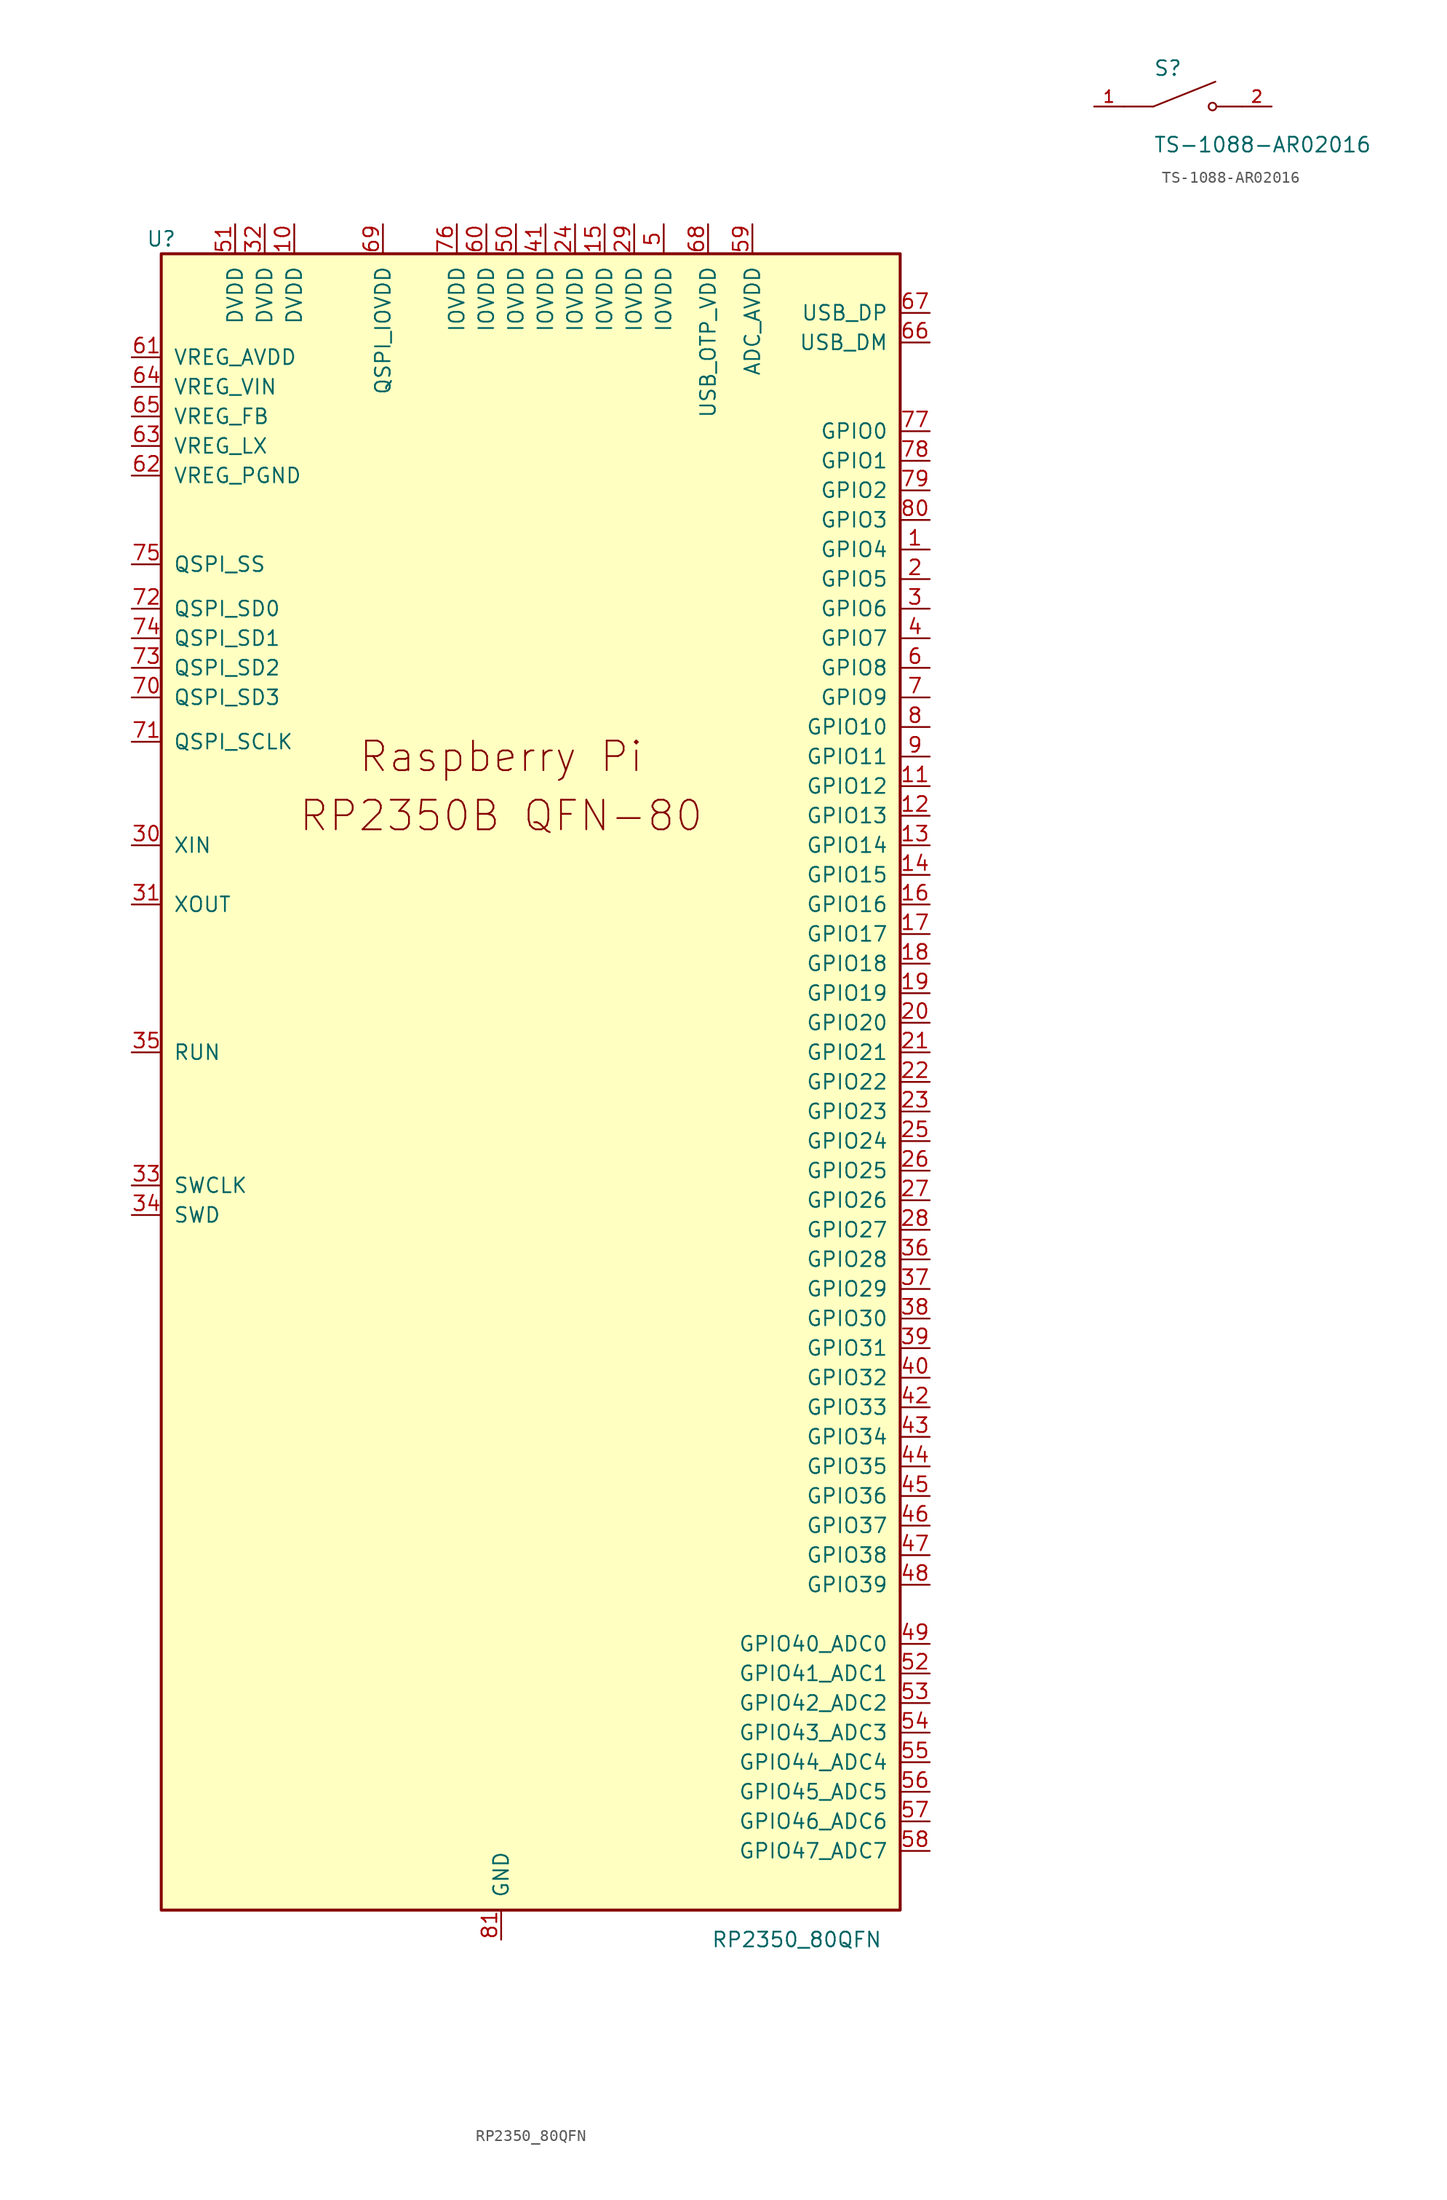
<source format=kicad_sym>
(kicad_symbol_lib
  (version 20241209)
  (generator "kicad_symbol_editor")
  (generator_version "9.0")
  (symbol "RP2350_80QFN"
    (pin_names
      (offset 1.016))
    (property "Reference" "U"
      (at -29.21 49.53 0)
      (effects (font (size 1.27 1.27))))
    (property "Value" "RP2350_80QFN"
      (at 25.4 -96.52 0)
      (effects (font (size 1.27 1.27))))
    (symbol "RP2350_80QFN_0_0"
      (text "Raspberry Pi" (at 0 5.08 0) (effects (font (size 2.54 2.54)))))
    (symbol "RP2350_80QFN_0_1"
      (rectangle (start -29.21 48.26) (end 34.29 -93.98) (stroke (width 0.254) (type default)) (fill (type background))))
    (symbol "RP2350_80QFN_1_0"
      (text "RP2350B QFN-80" (at 0 0 0) (effects (font (size 2.54 2.54)))))
    (symbol "RP2350_80QFN_1_1"
      (pin power_in line (at -31.75 39.37 0) (length 2.54) (name "VREG_AVDD" (effects (font (size 1.27 1.27)))) (number "61" (effects (font (size 1.27 1.27)))))
      (pin power_in line (at -31.75 36.83 0) (length 2.54) (name "VREG_VIN" (effects (font (size 1.27 1.27)))) (number "64" (effects (font (size 1.27 1.27)))))
      (pin input line (at -31.75 34.29 0) (length 2.54) (name "VREG_FB" (effects (font (size 1.27 1.27)))) (number "65" (effects (font (size 1.27 1.27)))))
      (pin power_out line (at -31.75 31.75 0) (length 2.54) (name "VREG_LX" (effects (font (size 1.27 1.27)))) (number "63" (effects (font (size 1.27 1.27)))))
      (pin power_in line (at -31.75 29.21 0) (length 2.54) (name "VREG_PGND" (effects (font (size 1.27 1.27)))) (number "62" (effects (font (size 1.27 1.27)))))
      (pin bidirectional line (at -31.75 21.59 0) (length 2.54) (name "QSPI_SS" (effects (font (size 1.27 1.27)))) (number "75" (effects (font (size 1.27 1.27)))))
      (pin bidirectional line (at -31.75 17.78 0) (length 2.54) (name "QSPI_SD0" (effects (font (size 1.27 1.27)))) (number "72" (effects (font (size 1.27 1.27)))))
      (pin bidirectional line (at -31.75 15.24 0) (length 2.54) (name "QSPI_SD1" (effects (font (size 1.27 1.27)))) (number "74" (effects (font (size 1.27 1.27)))))
      (pin bidirectional line (at -31.75 12.7 0) (length 2.54) (name "QSPI_SD2" (effects (font (size 1.27 1.27)))) (number "73" (effects (font (size 1.27 1.27)))))
      (pin bidirectional line (at -31.75 10.16 0) (length 2.54) (name "QSPI_SD3" (effects (font (size 1.27 1.27)))) (number "70" (effects (font (size 1.27 1.27)))))
      (pin output line (at -31.75 6.35 0) (length 2.54) (name "QSPI_SCLK" (effects (font (size 1.27 1.27)))) (number "71" (effects (font (size 1.27 1.27)))))
      (pin input line (at -31.75 -2.54 0) (length 2.54) (name "XIN" (effects (font (size 1.27 1.27)))) (number "30" (effects (font (size 1.27 1.27)))))
      (pin passive line (at -31.75 -7.62 0) (length 2.54) (name "XOUT" (effects (font (size 1.27 1.27)))) (number "31" (effects (font (size 1.27 1.27)))))
      (pin input line (at -31.75 -20.32 0) (length 2.54) (name "RUN" (effects (font (size 1.27 1.27)))) (number "35" (effects (font (size 1.27 1.27)))))
      (pin output line (at -31.75 -31.75 0) (length 2.54) (name "SWCLK" (effects (font (size 1.27 1.27)))) (number "33" (effects (font (size 1.27 1.27)))))
      (pin bidirectional line (at -31.75 -34.29 0) (length 2.54) (name "SWD" (effects (font (size 1.27 1.27)))) (number "34" (effects (font (size 1.27 1.27)))))
      (pin power_in line (at -22.86 50.8 270) (length 2.54) (name "DVDD" (effects (font (size 1.27 1.27)))) (number "51" (effects (font (size 1.27 1.27)))))
      (pin power_in line (at -20.32 50.8 270) (length 2.54) (name "DVDD" (effects (font (size 1.27 1.27)))) (number "32" (effects (font (size 1.27 1.27)))))
      (pin power_in line (at -17.78 50.8 270) (length 2.54) (name "DVDD" (effects (font (size 1.27 1.27)))) (number "10" (effects (font (size 1.27 1.27)))))
      (pin power_in line (at -10.16 50.8 270) (length 2.54) (name "QSPI_IOVDD" (effects (font (size 1.27 1.27)))) (number "69" (effects (font (size 1.27 1.27)))))
      (pin power_in line (at -3.81 50.8 270) (length 2.54) (name "IOVDD" (effects (font (size 1.27 1.27)))) (number "76" (effects (font (size 1.27 1.27)))))
      (pin power_in line (at -1.27 50.8 270) (length 2.54) (name "IOVDD" (effects (font (size 1.27 1.27)))) (number "60" (effects (font (size 1.27 1.27)))))
      (pin power_in line (at 0 -96.52 90) (length 2.54) (name "GND" (effects (font (size 1.27 1.27)))) (number "81" (effects (font (size 1.27 1.27)))))
      (pin power_in line (at 1.27 50.8 270) (length 2.54) (name "IOVDD" (effects (font (size 1.27 1.27)))) (number "50" (effects (font (size 1.27 1.27)))))
      (pin power_in line (at 3.81 50.8 270) (length 2.54) (name "IOVDD" (effects (font (size 1.27 1.27)))) (number "41" (effects (font (size 1.27 1.27)))))
      (pin power_in line (at 6.35 50.8 270) (length 2.54) (name "IOVDD" (effects (font (size 1.27 1.27)))) (number "24" (effects (font (size 1.27 1.27)))))
      (pin power_in line (at 8.89 50.8 270) (length 2.54) (name "IOVDD" (effects (font (size 1.27 1.27)))) (number "15" (effects (font (size 1.27 1.27)))))
      (pin power_in line (at 11.43 50.8 270) (length 2.54) (name "IOVDD" (effects (font (size 1.27 1.27)))) (number "29" (effects (font (size 1.27 1.27)))))
      (pin power_in line (at 13.97 50.8 270) (length 2.54) (name "IOVDD" (effects (font (size 1.27 1.27)))) (number "5" (effects (font (size 1.27 1.27)))))
      (pin power_in line (at 17.78 50.8 270) (length 2.54) (name "USB_OTP_VDD" (effects (font (size 1.27 1.27)))) (number "68" (effects (font (size 1.27 1.27)))))
      (pin power_in line (at 21.59 50.8 270) (length 2.54) (name "ADC_AVDD" (effects (font (size 1.27 1.27)))) (number "59" (effects (font (size 1.27 1.27)))))
      (pin bidirectional line (at 36.83 43.18 180) (length 2.54) (name "USB_DP" (effects (font (size 1.27 1.27)))) (number "67" (effects (font (size 1.27 1.27)))))
      (pin bidirectional line (at 36.83 40.64 180) (length 2.54) (name "USB_DM" (effects (font (size 1.27 1.27)))) (number "66" (effects (font (size 1.27 1.27)))))
      (pin bidirectional line (at 36.83 33.02 180) (length 2.54) (name "GPIO0" (effects (font (size 1.27 1.27)))) (number "77" (effects (font (size 1.27 1.27)))))
      (pin bidirectional line (at 36.83 30.48 180) (length 2.54) (name "GPIO1" (effects (font (size 1.27 1.27)))) (number "78" (effects (font (size 1.27 1.27)))))
      (pin bidirectional line (at 36.83 27.94 180) (length 2.54) (name "GPIO2" (effects (font (size 1.27 1.27)))) (number "79" (effects (font (size 1.27 1.27)))))
      (pin bidirectional line (at 36.83 25.4 180) (length 2.54) (name "GPIO3" (effects (font (size 1.27 1.27)))) (number "80" (effects (font (size 1.27 1.27)))))
      (pin bidirectional line (at 36.83 22.86 180) (length 2.54) (name "GPIO4" (effects (font (size 1.27 1.27)))) (number "1" (effects (font (size 1.27 1.27)))))
      (pin bidirectional line (at 36.83 20.32 180) (length 2.54) (name "GPIO5" (effects (font (size 1.27 1.27)))) (number "2" (effects (font (size 1.27 1.27)))))
      (pin bidirectional line (at 36.83 17.78 180) (length 2.54) (name "GPIO6" (effects (font (size 1.27 1.27)))) (number "3" (effects (font (size 1.27 1.27)))))
      (pin bidirectional line (at 36.83 15.24 180) (length 2.54) (name "GPIO7" (effects (font (size 1.27 1.27)))) (number "4" (effects (font (size 1.27 1.27)))))
      (pin bidirectional line (at 36.83 12.7 180) (length 2.54) (name "GPIO8" (effects (font (size 1.27 1.27)))) (number "6" (effects (font (size 1.27 1.27)))))
      (pin bidirectional line (at 36.83 10.16 180) (length 2.54) (name "GPIO9" (effects (font (size 1.27 1.27)))) (number "7" (effects (font (size 1.27 1.27)))))
      (pin bidirectional line (at 36.83 7.62 180) (length 2.54) (name "GPIO10" (effects (font (size 1.27 1.27)))) (number "8" (effects (font (size 1.27 1.27)))))
      (pin bidirectional line (at 36.83 5.08 180) (length 2.54) (name "GPIO11" (effects (font (size 1.27 1.27)))) (number "9" (effects (font (size 1.27 1.27)))))
      (pin bidirectional line (at 36.83 2.54 180) (length 2.54) (name "GPIO12" (effects (font (size 1.27 1.27)))) (number "11" (effects (font (size 1.27 1.27)))))
      (pin bidirectional line (at 36.83 0 180) (length 2.54) (name "GPIO13" (effects (font (size 1.27 1.27)))) (number "12" (effects (font (size 1.27 1.27)))))
      (pin bidirectional line (at 36.83 -2.54 180) (length 2.54) (name "GPIO14" (effects (font (size 1.27 1.27)))) (number "13" (effects (font (size 1.27 1.27)))))
      (pin bidirectional line (at 36.83 -5.08 180) (length 2.54) (name "GPIO15" (effects (font (size 1.27 1.27)))) (number "14" (effects (font (size 1.27 1.27)))))
      (pin bidirectional line (at 36.83 -7.62 180) (length 2.54) (name "GPIO16" (effects (font (size 1.27 1.27)))) (number "16" (effects (font (size 1.27 1.27)))))
      (pin bidirectional line (at 36.83 -10.16 180) (length 2.54) (name "GPIO17" (effects (font (size 1.27 1.27)))) (number "17" (effects (font (size 1.27 1.27)))))
      (pin bidirectional line (at 36.83 -12.7 180) (length 2.54) (name "GPIO18" (effects (font (size 1.27 1.27)))) (number "18" (effects (font (size 1.27 1.27)))))
      (pin bidirectional line (at 36.83 -15.24 180) (length 2.54) (name "GPIO19" (effects (font (size 1.27 1.27)))) (number "19" (effects (font (size 1.27 1.27)))))
      (pin bidirectional line (at 36.83 -17.78 180) (length 2.54) (name "GPIO20" (effects (font (size 1.27 1.27)))) (number "20" (effects (font (size 1.27 1.27)))))
      (pin bidirectional line (at 36.83 -20.32 180) (length 2.54) (name "GPIO21" (effects (font (size 1.27 1.27)))) (number "21" (effects (font (size 1.27 1.27)))))
      (pin bidirectional line (at 36.83 -22.86 180) (length 2.54) (name "GPIO22" (effects (font (size 1.27 1.27)))) (number "22" (effects (font (size 1.27 1.27)))))
      (pin bidirectional line (at 36.83 -25.4 180) (length 2.54) (name "GPIO23" (effects (font (size 1.27 1.27)))) (number "23" (effects (font (size 1.27 1.27)))))
      (pin bidirectional line (at 36.83 -27.94 180) (length 2.54) (name "GPIO24" (effects (font (size 1.27 1.27)))) (number "25" (effects (font (size 1.27 1.27)))))
      (pin bidirectional line (at 36.83 -30.48 180) (length 2.54) (name "GPIO25" (effects (font (size 1.27 1.27)))) (number "26" (effects (font (size 1.27 1.27)))))
      (pin bidirectional line (at 36.83 -33.02 180) (length 2.54) (name "GPIO26" (effects (font (size 1.27 1.27)))) (number "27" (effects (font (size 1.27 1.27)))))
      (pin bidirectional line (at 36.83 -35.56 180) (length 2.54) (name "GPIO27" (effects (font (size 1.27 1.27)))) (number "28" (effects (font (size 1.27 1.27)))))
      (pin bidirectional line (at 36.83 -38.1 180) (length 2.54) (name "GPIO28" (effects (font (size 1.27 1.27)))) (number "36" (effects (font (size 1.27 1.27)))))
      (pin bidirectional line (at 36.83 -40.64 180) (length 2.54) (name "GPIO29" (effects (font (size 1.27 1.27)))) (number "37" (effects (font (size 1.27 1.27)))))
      (pin bidirectional line (at 36.83 -43.18 180) (length 2.54) (name "GPIO30" (effects (font (size 1.27 1.27)))) (number "38" (effects (font (size 1.27 1.27)))))
      (pin bidirectional line (at 36.83 -45.72 180) (length 2.54) (name "GPIO31" (effects (font (size 1.27 1.27)))) (number "39" (effects (font (size 1.27 1.27)))))
      (pin bidirectional line (at 36.83 -48.26 180) (length 2.54) (name "GPIO32" (effects (font (size 1.27 1.27)))) (number "40" (effects (font (size 1.27 1.27)))))
      (pin bidirectional line (at 36.83 -50.8 180) (length 2.54) (name "GPIO33" (effects (font (size 1.27 1.27)))) (number "42" (effects (font (size 1.27 1.27)))))
      (pin bidirectional line (at 36.83 -53.34 180) (length 2.54) (name "GPIO34" (effects (font (size 1.27 1.27)))) (number "43" (effects (font (size 1.27 1.27)))))
      (pin bidirectional line (at 36.83 -55.88 180) (length 2.54) (name "GPIO35" (effects (font (size 1.27 1.27)))) (number "44" (effects (font (size 1.27 1.27)))))
      (pin bidirectional line (at 36.83 -58.42 180) (length 2.54) (name "GPIO36" (effects (font (size 1.27 1.27)))) (number "45" (effects (font (size 1.27 1.27)))))
      (pin bidirectional line (at 36.83 -60.96 180) (length 2.54) (name "GPIO37" (effects (font (size 1.27 1.27)))) (number "46" (effects (font (size 1.27 1.27)))))
      (pin bidirectional line (at 36.83 -63.5 180) (length 2.54) (name "GPIO38" (effects (font (size 1.27 1.27)))) (number "47" (effects (font (size 1.27 1.27)))))
      (pin bidirectional line (at 36.83 -66.04 180) (length 2.54) (name "GPIO39" (effects (font (size 1.27 1.27)))) (number "48" (effects (font (size 1.27 1.27)))))
      (pin bidirectional line (at 36.83 -71.12 180) (length 2.54) (name "GPIO40_ADC0" (effects (font (size 1.27 1.27)))) (number "49" (effects (font (size 1.27 1.27)))))
      (pin bidirectional line (at 36.83 -73.66 180) (length 2.54) (name "GPIO41_ADC1" (effects (font (size 1.27 1.27)))) (number "52" (effects (font (size 1.27 1.27)))))
      (pin bidirectional line (at 36.83 -76.2 180) (length 2.54) (name "GPIO42_ADC2" (effects (font (size 1.27 1.27)))) (number "53" (effects (font (size 1.27 1.27)))))
      (pin bidirectional line (at 36.83 -78.74 180) (length 2.54) (name "GPIO43_ADC3" (effects (font (size 1.27 1.27)))) (number "54" (effects (font (size 1.27 1.27)))))
      (pin bidirectional line (at 36.83 -81.28 180) (length 2.54) (name "GPIO44_ADC4" (effects (font (size 1.27 1.27)))) (number "55" (effects (font (size 1.27 1.27)))))
      (pin bidirectional line (at 36.83 -83.82 180) (length 2.54) (name "GPIO45_ADC5" (effects (font (size 1.27 1.27)))) (number "56" (effects (font (size 1.27 1.27)))))
      (pin bidirectional line (at 36.83 -86.36 180) (length 2.54) (name "GPIO46_ADC6" (effects (font (size 1.27 1.27)))) (number "57" (effects (font (size 1.27 1.27)))))
      (pin bidirectional line (at 36.83 -88.9 180) (length 2.54) (name "GPIO47_ADC7" (effects (font (size 1.27 1.27)))) (number "58" (effects (font (size 1.27 1.27)))))))
  (symbol "TS-1088-AR02016"
    (pin_names
      (offset 1.016))
    (property "Reference" "S"
      (at -2.54 2.54 0)
      (effects (font (size 1.27 1.27)) (justify left bottom)))
    (property "Value" "TS-1088-AR02016"
      (at -2.54 -2.54 0)
      (effects (font (size 1.27 1.27)) (justify left top)))
    (symbol "TS-1088-AR02016_0_0"
      (polyline (pts (xy -2.54 0) (xy -5.08 0)) (stroke (width 0.152) (type default)) (fill (type none)))
      (polyline (pts (xy -2.54 0) (xy 2.794 2.134)) (stroke (width 0.152) (type default)) (fill (type none)))
      (circle (center 2.54 0) (radius 0.33) (stroke (width 0.152) (type default)) (fill (type none)))
      (polyline (pts (xy 5.08 0) (xy 2.921 0)) (stroke (width 0.152) (type default)) (fill (type none)))
      (pin passive line (at -7.62 0 0) (length 2.54) (name "~" (effects (font (size 1.016 1.016)))) (number "1" (effects (font (size 1.016 1.016)))))
      (pin passive line (at 7.62 0 180) (length 2.54) (name "~" (effects (font (size 1.016 1.016)))) (number "2" (effects (font (size 1.016 1.016))))))))
</source>
